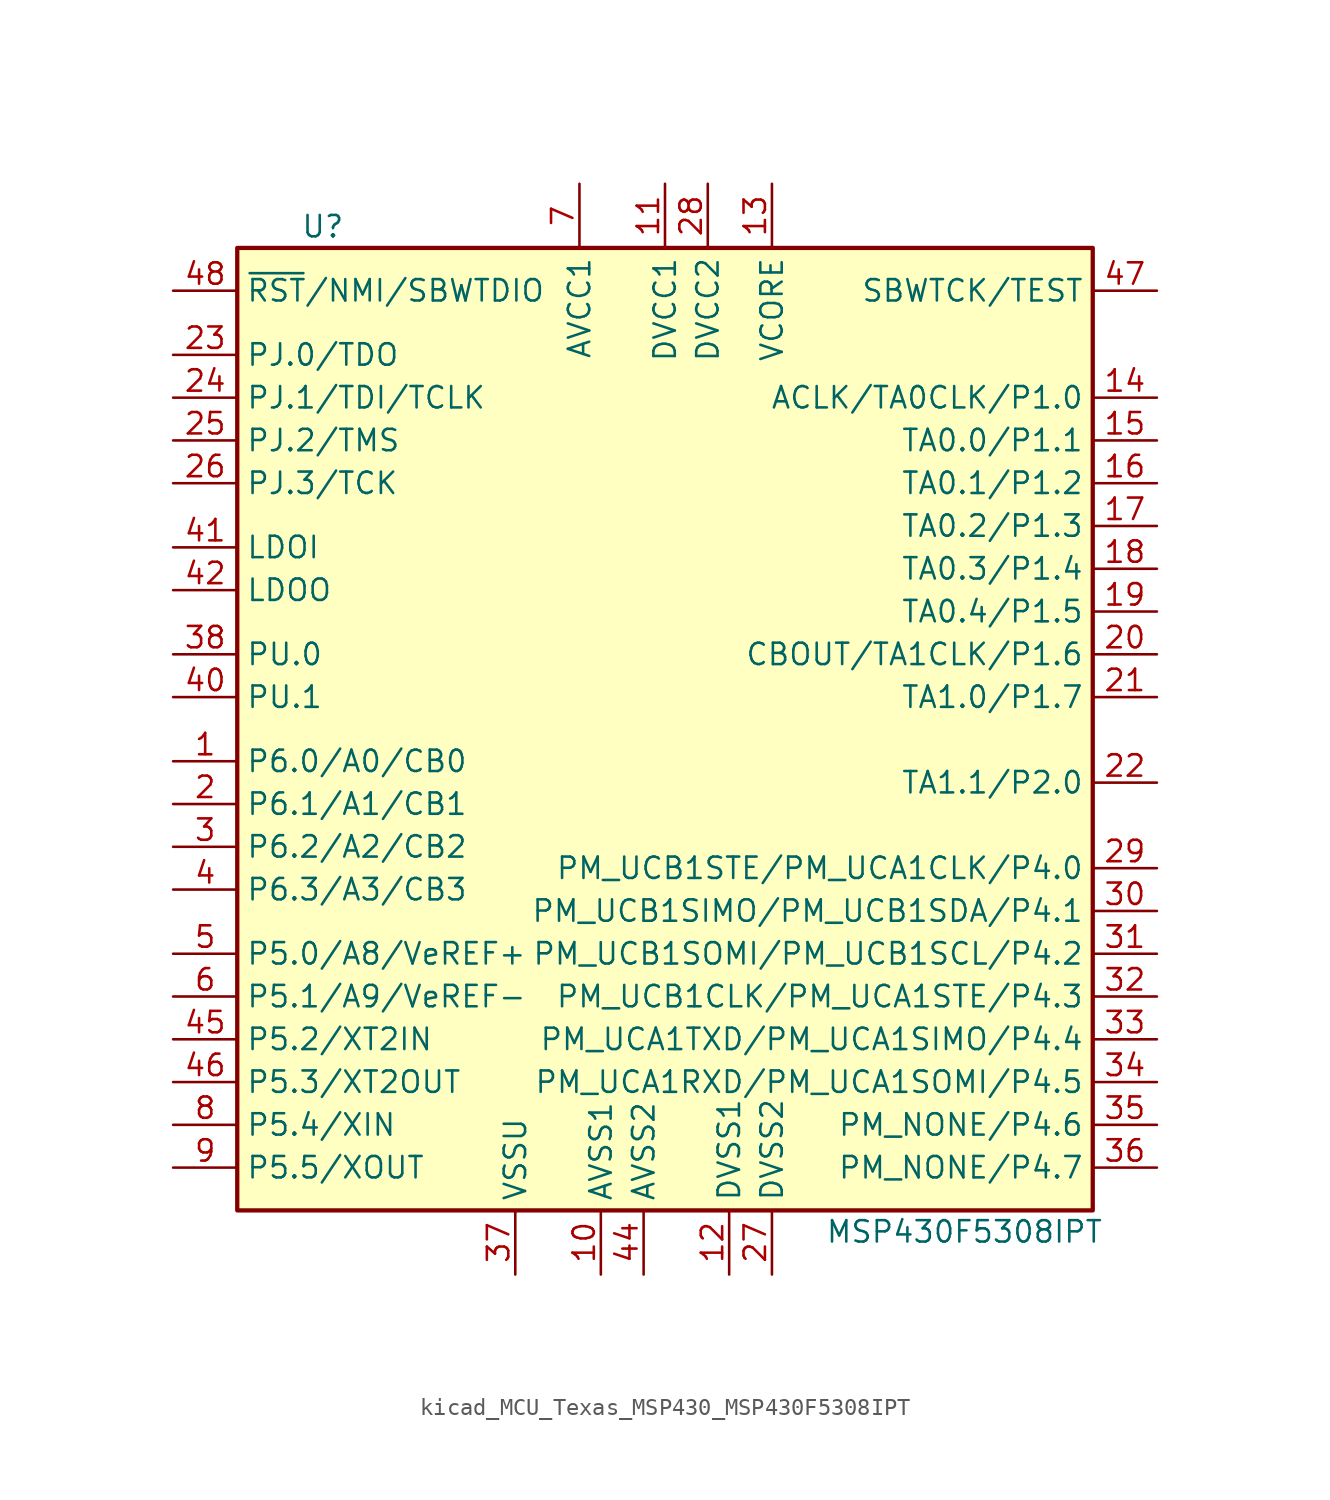
<source format=kicad_sym>
(kicad_symbol_lib
  (version 20220914)
  (generator kicad_symbol_editor)
  (symbol "kicad_MCU_Texas_MSP430_MSP430F5308IPT"
    (property "Reference" "U"
      (at -21.59 30.48 0)
      (effects (font (size 1.27 1.27))))
    (property "Value" "MSP430F5308IPT"
      (at 16.51 -29.21 0)
      (effects (font (size 1.27 1.27))))
    (symbol "kicad_MCU_Texas_MSP430_MSP430F5308IPT_0_1"
      (rectangle (start -26.67 29.21) (end 24.13 -27.94) (stroke (width 0.254) (type default)) (fill (type background))))
    (symbol "kicad_MCU_Texas_MSP430_MSP430F5308IPT_1_1"
      (pin bidirectional line (at -30.48 -1.27 0) (length 3.81) (name "P6.0/A0/CB0" (effects (font (size 1.27 1.27)))) (number "1" (effects (font (size 1.27 1.27)))))
      (pin power_in line (at -5.08 -31.75 90) (length 3.81) (name "AVSS1" (effects (font (size 1.27 1.27)))) (number "10" (effects (font (size 1.27 1.27)))))
      (pin power_in line (at -1.27 33.02 270) (length 3.81) (name "DVCC1" (effects (font (size 1.27 1.27)))) (number "11" (effects (font (size 1.27 1.27)))))
      (pin power_in line (at 2.54 -31.75 90) (length 3.81) (name "DVSS1" (effects (font (size 1.27 1.27)))) (number "12" (effects (font (size 1.27 1.27)))))
      (pin bidirectional line (at 5.08 33.02 270) (length 3.81) (name "VCORE" (effects (font (size 1.27 1.27)))) (number "13" (effects (font (size 1.27 1.27)))))
      (pin bidirectional line (at 27.94 20.32 180) (length 3.81) (name "ACLK/TA0CLK/P1.0" (effects (font (size 1.27 1.27)))) (number "14" (effects (font (size 1.27 1.27)))))
      (pin bidirectional line (at 27.94 17.78 180) (length 3.81) (name "TA0.0/P1.1" (effects (font (size 1.27 1.27)))) (number "15" (effects (font (size 1.27 1.27)))))
      (pin bidirectional line (at 27.94 15.24 180) (length 3.81) (name "TA0.1/P1.2" (effects (font (size 1.27 1.27)))) (number "16" (effects (font (size 1.27 1.27)))))
      (pin bidirectional line (at 27.94 12.7 180) (length 3.81) (name "TA0.2/P1.3" (effects (font (size 1.27 1.27)))) (number "17" (effects (font (size 1.27 1.27)))))
      (pin bidirectional line (at 27.94 10.16 180) (length 3.81) (name "TA0.3/P1.4" (effects (font (size 1.27 1.27)))) (number "18" (effects (font (size 1.27 1.27)))))
      (pin bidirectional line (at 27.94 7.62 180) (length 3.81) (name "TA0.4/P1.5" (effects (font (size 1.27 1.27)))) (number "19" (effects (font (size 1.27 1.27)))))
      (pin bidirectional line (at -30.48 -3.81 0) (length 3.81) (name "P6.1/A1/CB1" (effects (font (size 1.27 1.27)))) (number "2" (effects (font (size 1.27 1.27)))))
      (pin bidirectional line (at 27.94 5.08 180) (length 3.81) (name "CBOUT/TA1CLK/P1.6" (effects (font (size 1.27 1.27)))) (number "20" (effects (font (size 1.27 1.27)))))
      (pin bidirectional line (at 27.94 2.54 180) (length 3.81) (name "TA1.0/P1.7" (effects (font (size 1.27 1.27)))) (number "21" (effects (font (size 1.27 1.27)))))
      (pin bidirectional line (at 27.94 -2.54 180) (length 3.81) (name "TA1.1/P2.0" (effects (font (size 1.27 1.27)))) (number "22" (effects (font (size 1.27 1.27)))))
      (pin bidirectional line (at -30.48 22.86 0) (length 3.81) (name "PJ.0/TDO" (effects (font (size 1.27 1.27)))) (number "23" (effects (font (size 1.27 1.27)))))
      (pin bidirectional line (at -30.48 20.32 0) (length 3.81) (name "PJ.1/TDI/TCLK" (effects (font (size 1.27 1.27)))) (number "24" (effects (font (size 1.27 1.27)))))
      (pin bidirectional line (at -30.48 17.78 0) (length 3.81) (name "PJ.2/TMS" (effects (font (size 1.27 1.27)))) (number "25" (effects (font (size 1.27 1.27)))))
      (pin bidirectional line (at -30.48 15.24 0) (length 3.81) (name "PJ.3/TCK" (effects (font (size 1.27 1.27)))) (number "26" (effects (font (size 1.27 1.27)))))
      (pin power_in line (at 5.08 -31.75 90) (length 3.81) (name "DVSS2" (effects (font (size 1.27 1.27)))) (number "27" (effects (font (size 1.27 1.27)))))
      (pin power_in line (at 1.27 33.02 270) (length 3.81) (name "DVCC2" (effects (font (size 1.27 1.27)))) (number "28" (effects (font (size 1.27 1.27)))))
      (pin bidirectional line (at 27.94 -7.62 180) (length 3.81) (name "PM_UCB1STE/PM_UCA1CLK/P4.0" (effects (font (size 1.27 1.27)))) (number "29" (effects (font (size 1.27 1.27)))))
      (pin bidirectional line (at -30.48 -6.35 0) (length 3.81) (name "P6.2/A2/CB2" (effects (font (size 1.27 1.27)))) (number "3" (effects (font (size 1.27 1.27)))))
      (pin bidirectional line (at 27.94 -10.16 180) (length 3.81) (name "PM_UCB1SIMO/PM_UCB1SDA/P4.1" (effects (font (size 1.27 1.27)))) (number "30" (effects (font (size 1.27 1.27)))))
      (pin bidirectional line (at 27.94 -12.7 180) (length 3.81) (name "PM_UCB1SOMI/PM_UCB1SCL/P4.2" (effects (font (size 1.27 1.27)))) (number "31" (effects (font (size 1.27 1.27)))))
      (pin bidirectional line (at 27.94 -15.24 180) (length 3.81) (name "PM_UCB1CLK/PM_UCA1STE/P4.3" (effects (font (size 1.27 1.27)))) (number "32" (effects (font (size 1.27 1.27)))))
      (pin bidirectional line (at 27.94 -17.78 180) (length 3.81) (name "PM_UCA1TXD/PM_UCA1SIMO/P4.4" (effects (font (size 1.27 1.27)))) (number "33" (effects (font (size 1.27 1.27)))))
      (pin bidirectional line (at 27.94 -20.32 180) (length 3.81) (name "PM_UCA1RXD/PM_UCA1SOMI/P4.5" (effects (font (size 1.27 1.27)))) (number "34" (effects (font (size 1.27 1.27)))))
      (pin bidirectional line (at 27.94 -22.86 180) (length 3.81) (name "PM_NONE/P4.6" (effects (font (size 1.27 1.27)))) (number "35" (effects (font (size 1.27 1.27)))))
      (pin bidirectional line (at 27.94 -25.4 180) (length 3.81) (name "PM_NONE/P4.7" (effects (font (size 1.27 1.27)))) (number "36" (effects (font (size 1.27 1.27)))))
      (pin power_in line (at -10.16 -31.75 90) (length 3.81) (name "VSSU" (effects (font (size 1.27 1.27)))) (number "37" (effects (font (size 1.27 1.27)))))
      (pin bidirectional line (at -30.48 5.08 0) (length 3.81) (name "PU.0" (effects (font (size 1.27 1.27)))) (number "38" (effects (font (size 1.27 1.27)))))
      (pin bidirectional line (at -30.48 -8.89 0) (length 3.81) (name "P6.3/A3/CB3" (effects (font (size 1.27 1.27)))) (number "4" (effects (font (size 1.27 1.27)))))
      (pin bidirectional line (at -30.48 2.54 0) (length 3.81) (name "PU.1" (effects (font (size 1.27 1.27)))) (number "40" (effects (font (size 1.27 1.27)))))
      (pin power_in line (at -30.48 11.43 0) (length 3.81) (name "LDOI" (effects (font (size 1.27 1.27)))) (number "41" (effects (font (size 1.27 1.27)))))
      (pin power_out line (at -30.48 8.89 0) (length 3.81) (name "LDOO" (effects (font (size 1.27 1.27)))) (number "42" (effects (font (size 1.27 1.27)))))
      (pin power_in line (at -2.54 -31.75 90) (length 3.81) (name "AVSS2" (effects (font (size 1.27 1.27)))) (number "44" (effects (font (size 1.27 1.27)))))
      (pin bidirectional line (at -30.48 -17.78 0) (length 3.81) (name "P5.2/XT2IN" (effects (font (size 1.27 1.27)))) (number "45" (effects (font (size 1.27 1.27)))))
      (pin bidirectional line (at -30.48 -20.32 0) (length 3.81) (name "P5.3/XT2OUT" (effects (font (size 1.27 1.27)))) (number "46" (effects (font (size 1.27 1.27)))))
      (pin input line (at 27.94 26.67 180) (length 3.81) (name "SBWTCK/TEST" (effects (font (size 1.27 1.27)))) (number "47" (effects (font (size 1.27 1.27)))))
      (pin input line (at -30.48 26.67 0) (length 3.81) (name "~{RST}/NMI/SBWTDIO" (effects (font (size 1.27 1.27)))) (number "48" (effects (font (size 1.27 1.27)))))
      (pin bidirectional line (at -30.48 -12.7 0) (length 3.81) (name "P5.0/A8/VeREF+" (effects (font (size 1.27 1.27)))) (number "5" (effects (font (size 1.27 1.27)))))
      (pin bidirectional line (at -30.48 -15.24 0) (length 3.81) (name "P5.1/A9/VeREF-" (effects (font (size 1.27 1.27)))) (number "6" (effects (font (size 1.27 1.27)))))
      (pin power_in line (at -6.35 33.02 270) (length 3.81) (name "AVCC1" (effects (font (size 1.27 1.27)))) (number "7" (effects (font (size 1.27 1.27)))))
      (pin bidirectional line (at -30.48 -22.86 0) (length 3.81) (name "P5.4/XIN" (effects (font (size 1.27 1.27)))) (number "8" (effects (font (size 1.27 1.27)))))
      (pin bidirectional line (at -30.48 -25.4 0) (length 3.81) (name "P5.5/XOUT" (effects (font (size 1.27 1.27)))) (number "9" (effects (font (size 1.27 1.27))))))))
</source>
